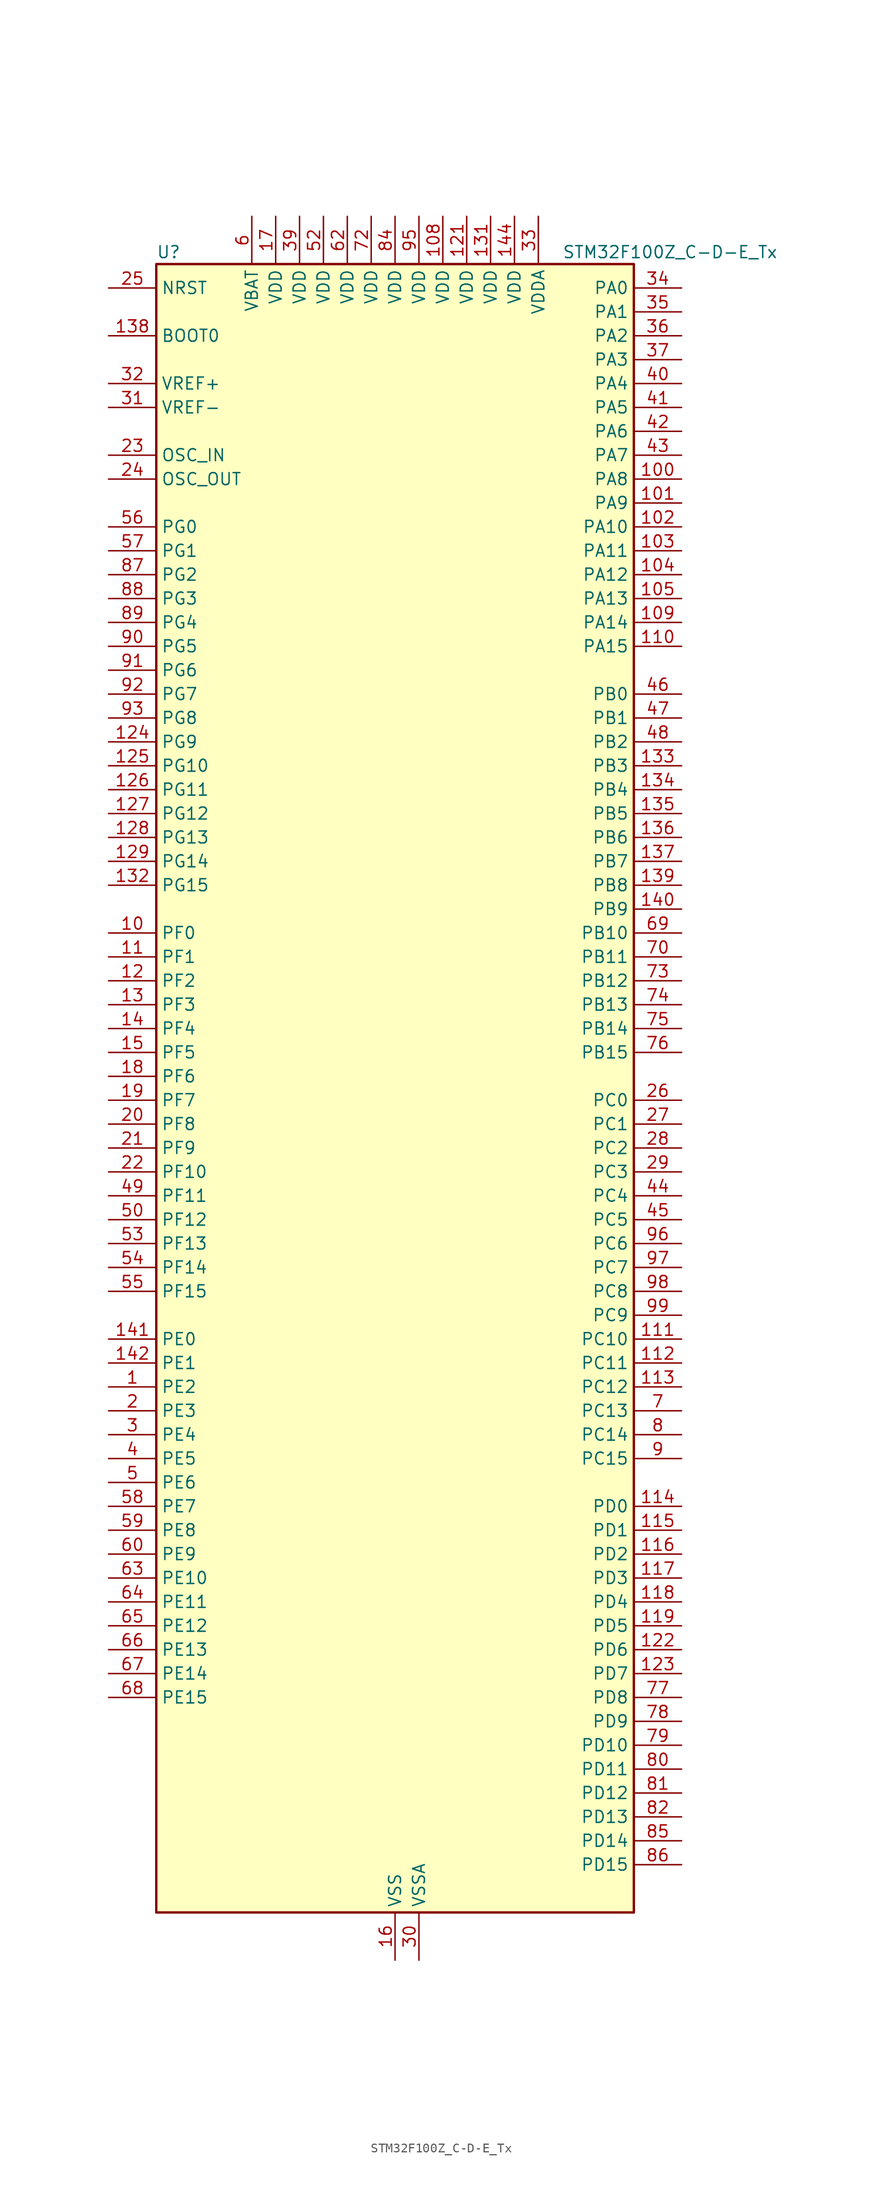
<source format=kicad_sym>
(kicad_symbol_lib
  (version 20220914)
  (generator kicad_symbol_editor)
  (symbol "STM32F100Z_C-D-E_Tx"
    (property "Reference" "U"
      (at -25.4 90.17 0)
      (effects (font (size 1.27 1.27)) (justify left)))
    (property "Value" "STM32F100Z_C-D-E_Tx"
      (at 17.78 90.17 0)
      (effects (font (size 1.27 1.27)) (justify left)))
    (property "ki_locked" ""
      (at 0 0 0)
      (effects (font (size 1.27 1.27))))
    (symbol "STM32F100Z_C-D-E_Tx_0_1"
      (rectangle (start -25.4 -86.36) (end 25.4 88.9) (stroke (width 0.254) (type default)) (fill (type background))))
    (symbol "STM32F100Z_C-D-E_Tx_1_1"
      (pin bidirectional line (at -30.48 -30.48 0) (length 5.08) (name "PE2" (effects (font (size 1.27 1.27)))) (number "1" (effects (font (size 1.27 1.27)))) (alternate "FSMC_A23" bidirectional line) (alternate "SYS_TRACECLK" bidirectional line))
      (pin bidirectional line (at -30.48 17.78 0) (length 5.08) (name "PF0" (effects (font (size 1.27 1.27)))) (number "10" (effects (font (size 1.27 1.27)))) (alternate "FSMC_A0" bidirectional line))
      (pin bidirectional line (at 30.48 66.04 180) (length 5.08) (name "PA8" (effects (font (size 1.27 1.27)))) (number "100" (effects (font (size 1.27 1.27)))) (alternate "RCC_MCO" bidirectional line) (alternate "TIM1_CH1" bidirectional line) (alternate "USART1_CK" bidirectional line))
      (pin bidirectional line (at 30.48 63.5 180) (length 5.08) (name "PA9" (effects (font (size 1.27 1.27)))) (number "101" (effects (font (size 1.27 1.27)))) (alternate "DAC_EXTI9" bidirectional line) (alternate "TIM15_BKIN" bidirectional line) (alternate "TIM1_CH2" bidirectional line) (alternate "USART1_TX" bidirectional line))
      (pin bidirectional line (at 30.48 60.96 180) (length 5.08) (name "PA10" (effects (font (size 1.27 1.27)))) (number "102" (effects (font (size 1.27 1.27)))) (alternate "TIM17_BKIN" bidirectional line) (alternate "TIM1_CH3" bidirectional line) (alternate "USART1_RX" bidirectional line))
      (pin bidirectional line (at 30.48 58.42 180) (length 5.08) (name "PA11" (effects (font (size 1.27 1.27)))) (number "103" (effects (font (size 1.27 1.27)))) (alternate "ADC1_EXTI11" bidirectional line) (alternate "TIM1_CH4" bidirectional line) (alternate "USART1_CTS" bidirectional line))
      (pin bidirectional line (at 30.48 55.88 180) (length 5.08) (name "PA12" (effects (font (size 1.27 1.27)))) (number "104" (effects (font (size 1.27 1.27)))) (alternate "TIM1_ETR" bidirectional line) (alternate "USART1_RTS" bidirectional line))
      (pin bidirectional line (at 30.48 53.34 180) (length 5.08) (name "PA13" (effects (font (size 1.27 1.27)))) (number "105" (effects (font (size 1.27 1.27)))) (alternate "SYS_JTMS-SWDIO" bidirectional line))
      (pin no_connect line (at -25.4 -86.36 0) (length 5.08) hide (name "NC" (effects (font (size 1.27 1.27)))) (number "106" (effects (font (size 1.27 1.27)))))
      (pin passive line (at 0 -91.44 90) (length 5.08) hide (name "VSS" (effects (font (size 1.27 1.27)))) (number "107" (effects (font (size 1.27 1.27)))))
      (pin power_in line (at 5.08 93.98 270) (length 5.08) (name "VDD" (effects (font (size 1.27 1.27)))) (number "108" (effects (font (size 1.27 1.27)))))
      (pin bidirectional line (at 30.48 50.8 180) (length 5.08) (name "PA14" (effects (font (size 1.27 1.27)))) (number "109" (effects (font (size 1.27 1.27)))) (alternate "SYS_JTCK-SWCLK" bidirectional line))
      (pin bidirectional line (at -30.48 15.24 0) (length 5.08) (name "PF1" (effects (font (size 1.27 1.27)))) (number "11" (effects (font (size 1.27 1.27)))) (alternate "FSMC_A1" bidirectional line))
      (pin bidirectional line (at 30.48 48.26 180) (length 5.08) (name "PA15" (effects (font (size 1.27 1.27)))) (number "110" (effects (font (size 1.27 1.27)))) (alternate "ADC1_EXTI15" bidirectional line) (alternate "SPI1_NSS" bidirectional line) (alternate "SPI3_NSS" bidirectional line) (alternate "SYS_JTDI" bidirectional line) (alternate "TIM2_CH1" bidirectional line) (alternate "TIM2_ETR" bidirectional line))
      (pin bidirectional line (at 30.48 -25.4 180) (length 5.08) (name "PC10" (effects (font (size 1.27 1.27)))) (number "111" (effects (font (size 1.27 1.27)))) (alternate "UART4_TX" bidirectional line) (alternate "USART3_TX" bidirectional line))
      (pin bidirectional line (at 30.48 -27.94 180) (length 5.08) (name "PC11" (effects (font (size 1.27 1.27)))) (number "112" (effects (font (size 1.27 1.27)))) (alternate "ADC1_EXTI11" bidirectional line) (alternate "UART4_RX" bidirectional line) (alternate "USART3_RX" bidirectional line))
      (pin bidirectional line (at 30.48 -30.48 180) (length 5.08) (name "PC12" (effects (font (size 1.27 1.27)))) (number "113" (effects (font (size 1.27 1.27)))) (alternate "UART5_TX" bidirectional line) (alternate "USART3_CK" bidirectional line))
      (pin bidirectional line (at 30.48 -43.18 180) (length 5.08) (name "PD0" (effects (font (size 1.27 1.27)))) (number "114" (effects (font (size 1.27 1.27)))) (alternate "FSMC_D2" bidirectional line) (alternate "FSMC_DA2" bidirectional line))
      (pin bidirectional line (at 30.48 -45.72 180) (length 5.08) (name "PD1" (effects (font (size 1.27 1.27)))) (number "115" (effects (font (size 1.27 1.27)))) (alternate "FSMC_D3" bidirectional line) (alternate "FSMC_DA3" bidirectional line))
      (pin bidirectional line (at 30.48 -48.26 180) (length 5.08) (name "PD2" (effects (font (size 1.27 1.27)))) (number "116" (effects (font (size 1.27 1.27)))) (alternate "TIM3_ETR" bidirectional line) (alternate "UART5_RX" bidirectional line))
      (pin bidirectional line (at 30.48 -50.8 180) (length 5.08) (name "PD3" (effects (font (size 1.27 1.27)))) (number "117" (effects (font (size 1.27 1.27)))) (alternate "FSMC_CLK" bidirectional line) (alternate "USART2_CTS" bidirectional line))
      (pin bidirectional line (at 30.48 -53.34 180) (length 5.08) (name "PD4" (effects (font (size 1.27 1.27)))) (number "118" (effects (font (size 1.27 1.27)))) (alternate "FSMC_NOE" bidirectional line) (alternate "USART2_RTS" bidirectional line))
      (pin bidirectional line (at 30.48 -55.88 180) (length 5.08) (name "PD5" (effects (font (size 1.27 1.27)))) (number "119" (effects (font (size 1.27 1.27)))) (alternate "FSMC_NWE" bidirectional line) (alternate "USART2_TX" bidirectional line))
      (pin bidirectional line (at -30.48 12.7 0) (length 5.08) (name "PF2" (effects (font (size 1.27 1.27)))) (number "12" (effects (font (size 1.27 1.27)))) (alternate "FSMC_A2" bidirectional line))
      (pin passive line (at 0 -91.44 90) (length 5.08) hide (name "VSS" (effects (font (size 1.27 1.27)))) (number "120" (effects (font (size 1.27 1.27)))))
      (pin power_in line (at 7.62 93.98 270) (length 5.08) (name "VDD" (effects (font (size 1.27 1.27)))) (number "121" (effects (font (size 1.27 1.27)))))
      (pin bidirectional line (at 30.48 -58.42 180) (length 5.08) (name "PD6" (effects (font (size 1.27 1.27)))) (number "122" (effects (font (size 1.27 1.27)))) (alternate "FSMC_NWAIT" bidirectional line) (alternate "USART2_RX" bidirectional line))
      (pin bidirectional line (at 30.48 -60.96 180) (length 5.08) (name "PD7" (effects (font (size 1.27 1.27)))) (number "123" (effects (font (size 1.27 1.27)))) (alternate "FSMC_NE1" bidirectional line) (alternate "USART2_CK" bidirectional line))
      (pin bidirectional line (at -30.48 38.1 0) (length 5.08) (name "PG9" (effects (font (size 1.27 1.27)))) (number "124" (effects (font (size 1.27 1.27)))) (alternate "DAC_EXTI9" bidirectional line) (alternate "FSMC_NE2" bidirectional line))
      (pin bidirectional line (at -30.48 35.56 0) (length 5.08) (name "PG10" (effects (font (size 1.27 1.27)))) (number "125" (effects (font (size 1.27 1.27)))) (alternate "FSMC_NE3" bidirectional line))
      (pin bidirectional line (at -30.48 33.02 0) (length 5.08) (name "PG11" (effects (font (size 1.27 1.27)))) (number "126" (effects (font (size 1.27 1.27)))) (alternate "ADC1_EXTI11" bidirectional line))
      (pin bidirectional line (at -30.48 30.48 0) (length 5.08) (name "PG12" (effects (font (size 1.27 1.27)))) (number "127" (effects (font (size 1.27 1.27)))) (alternate "FSMC_NE4" bidirectional line))
      (pin bidirectional line (at -30.48 27.94 0) (length 5.08) (name "PG13" (effects (font (size 1.27 1.27)))) (number "128" (effects (font (size 1.27 1.27)))) (alternate "FSMC_A24" bidirectional line))
      (pin bidirectional line (at -30.48 25.4 0) (length 5.08) (name "PG14" (effects (font (size 1.27 1.27)))) (number "129" (effects (font (size 1.27 1.27)))) (alternate "FSMC_A25" bidirectional line))
      (pin bidirectional line (at -30.48 10.16 0) (length 5.08) (name "PF3" (effects (font (size 1.27 1.27)))) (number "13" (effects (font (size 1.27 1.27)))) (alternate "FSMC_A3" bidirectional line))
      (pin passive line (at 0 -91.44 90) (length 5.08) hide (name "VSS" (effects (font (size 1.27 1.27)))) (number "130" (effects (font (size 1.27 1.27)))))
      (pin power_in line (at 10.16 93.98 270) (length 5.08) (name "VDD" (effects (font (size 1.27 1.27)))) (number "131" (effects (font (size 1.27 1.27)))))
      (pin bidirectional line (at -30.48 22.86 0) (length 5.08) (name "PG15" (effects (font (size 1.27 1.27)))) (number "132" (effects (font (size 1.27 1.27)))) (alternate "ADC1_EXTI15" bidirectional line))
      (pin bidirectional line (at 30.48 35.56 180) (length 5.08) (name "PB3" (effects (font (size 1.27 1.27)))) (number "133" (effects (font (size 1.27 1.27)))) (alternate "SPI1_SCK" bidirectional line) (alternate "SPI3_SCK" bidirectional line) (alternate "SYS_JTDO-TRACESWO" bidirectional line) (alternate "TIM2_CH2" bidirectional line))
      (pin bidirectional line (at 30.48 33.02 180) (length 5.08) (name "PB4" (effects (font (size 1.27 1.27)))) (number "134" (effects (font (size 1.27 1.27)))) (alternate "SPI1_MISO" bidirectional line) (alternate "SPI3_MISO" bidirectional line) (alternate "SYS_NJTRST" bidirectional line) (alternate "TIM3_CH1" bidirectional line))
      (pin bidirectional line (at 30.48 30.48 180) (length 5.08) (name "PB5" (effects (font (size 1.27 1.27)))) (number "135" (effects (font (size 1.27 1.27)))) (alternate "I2C1_SMBA" bidirectional line) (alternate "SPI1_MOSI" bidirectional line) (alternate "SPI3_MOSI" bidirectional line) (alternate "TIM16_BKIN" bidirectional line) (alternate "TIM3_CH2" bidirectional line))
      (pin bidirectional line (at 30.48 27.94 180) (length 5.08) (name "PB6" (effects (font (size 1.27 1.27)))) (number "136" (effects (font (size 1.27 1.27)))) (alternate "I2C1_SCL" bidirectional line) (alternate "TIM16_CH1N" bidirectional line) (alternate "TIM4_CH1" bidirectional line) (alternate "USART1_TX" bidirectional line))
      (pin bidirectional line (at 30.48 25.4 180) (length 5.08) (name "PB7" (effects (font (size 1.27 1.27)))) (number "137" (effects (font (size 1.27 1.27)))) (alternate "FSMC_NL" bidirectional line) (alternate "I2C1_SDA" bidirectional line) (alternate "TIM17_CH1N" bidirectional line) (alternate "TIM4_CH2" bidirectional line) (alternate "USART1_RX" bidirectional line))
      (pin input line (at -30.48 81.28 0) (length 5.08) (name "BOOT0" (effects (font (size 1.27 1.27)))) (number "138" (effects (font (size 1.27 1.27)))))
      (pin bidirectional line (at 30.48 22.86 180) (length 5.08) (name "PB8" (effects (font (size 1.27 1.27)))) (number "139" (effects (font (size 1.27 1.27)))) (alternate "CEC" bidirectional line) (alternate "I2C1_SCL" bidirectional line) (alternate "TIM16_CH1" bidirectional line) (alternate "TIM4_CH3" bidirectional line))
      (pin bidirectional line (at -30.48 7.62 0) (length 5.08) (name "PF4" (effects (font (size 1.27 1.27)))) (number "14" (effects (font (size 1.27 1.27)))) (alternate "FSMC_A4" bidirectional line))
      (pin bidirectional line (at 30.48 20.32 180) (length 5.08) (name "PB9" (effects (font (size 1.27 1.27)))) (number "140" (effects (font (size 1.27 1.27)))) (alternate "DAC_EXTI9" bidirectional line) (alternate "I2C1_SDA" bidirectional line) (alternate "TIM17_CH1" bidirectional line) (alternate "TIM4_CH4" bidirectional line))
      (pin bidirectional line (at -30.48 -25.4 0) (length 5.08) (name "PE0" (effects (font (size 1.27 1.27)))) (number "141" (effects (font (size 1.27 1.27)))) (alternate "FSMC_NBL0" bidirectional line) (alternate "TIM4_ETR" bidirectional line))
      (pin bidirectional line (at -30.48 -27.94 0) (length 5.08) (name "PE1" (effects (font (size 1.27 1.27)))) (number "142" (effects (font (size 1.27 1.27)))) (alternate "FSMC_NBL1" bidirectional line))
      (pin passive line (at 0 -91.44 90) (length 5.08) hide (name "VSS" (effects (font (size 1.27 1.27)))) (number "143" (effects (font (size 1.27 1.27)))))
      (pin power_in line (at 12.7 93.98 270) (length 5.08) (name "VDD" (effects (font (size 1.27 1.27)))) (number "144" (effects (font (size 1.27 1.27)))))
      (pin bidirectional line (at -30.48 5.08 0) (length 5.08) (name "PF5" (effects (font (size 1.27 1.27)))) (number "15" (effects (font (size 1.27 1.27)))) (alternate "FSMC_A5" bidirectional line))
      (pin power_in line (at 0 -91.44 90) (length 5.08) (name "VSS" (effects (font (size 1.27 1.27)))) (number "16" (effects (font (size 1.27 1.27)))))
      (pin power_in line (at -12.7 93.98 270) (length 5.08) (name "VDD" (effects (font (size 1.27 1.27)))) (number "17" (effects (font (size 1.27 1.27)))))
      (pin bidirectional line (at -30.48 2.54 0) (length 5.08) (name "PF6" (effects (font (size 1.27 1.27)))) (number "18" (effects (font (size 1.27 1.27)))))
      (pin bidirectional line (at -30.48 0 0) (length 5.08) (name "PF7" (effects (font (size 1.27 1.27)))) (number "19" (effects (font (size 1.27 1.27)))))
      (pin bidirectional line (at -30.48 -33.02 0) (length 5.08) (name "PE3" (effects (font (size 1.27 1.27)))) (number "2" (effects (font (size 1.27 1.27)))) (alternate "FSMC_A19" bidirectional line) (alternate "SYS_TRACED0" bidirectional line))
      (pin bidirectional line (at -30.48 -2.54 0) (length 5.08) (name "PF8" (effects (font (size 1.27 1.27)))) (number "20" (effects (font (size 1.27 1.27)))))
      (pin bidirectional line (at -30.48 -5.08 0) (length 5.08) (name "PF9" (effects (font (size 1.27 1.27)))) (number "21" (effects (font (size 1.27 1.27)))) (alternate "DAC_EXTI9" bidirectional line))
      (pin bidirectional line (at -30.48 -7.62 0) (length 5.08) (name "PF10" (effects (font (size 1.27 1.27)))) (number "22" (effects (font (size 1.27 1.27)))))
      (pin input line (at -30.48 68.58 0) (length 5.08) (name "OSC_IN" (effects (font (size 1.27 1.27)))) (number "23" (effects (font (size 1.27 1.27)))) (alternate "RCC_OSC_IN" bidirectional line))
      (pin input line (at -30.48 66.04 0) (length 5.08) (name "OSC_OUT" (effects (font (size 1.27 1.27)))) (number "24" (effects (font (size 1.27 1.27)))) (alternate "RCC_OSC_OUT" bidirectional line))
      (pin input line (at -30.48 86.36 0) (length 5.08) (name "NRST" (effects (font (size 1.27 1.27)))) (number "25" (effects (font (size 1.27 1.27)))))
      (pin bidirectional line (at 30.48 0 180) (length 5.08) (name "PC0" (effects (font (size 1.27 1.27)))) (number "26" (effects (font (size 1.27 1.27)))) (alternate "ADC1_IN10" bidirectional line))
      (pin bidirectional line (at 30.48 -2.54 180) (length 5.08) (name "PC1" (effects (font (size 1.27 1.27)))) (number "27" (effects (font (size 1.27 1.27)))) (alternate "ADC1_IN11" bidirectional line))
      (pin bidirectional line (at 30.48 -5.08 180) (length 5.08) (name "PC2" (effects (font (size 1.27 1.27)))) (number "28" (effects (font (size 1.27 1.27)))) (alternate "ADC1_IN12" bidirectional line))
      (pin bidirectional line (at 30.48 -7.62 180) (length 5.08) (name "PC3" (effects (font (size 1.27 1.27)))) (number "29" (effects (font (size 1.27 1.27)))) (alternate "ADC1_IN13" bidirectional line))
      (pin bidirectional line (at -30.48 -35.56 0) (length 5.08) (name "PE4" (effects (font (size 1.27 1.27)))) (number "3" (effects (font (size 1.27 1.27)))) (alternate "FSMC_A20" bidirectional line) (alternate "SYS_TRACED1" bidirectional line))
      (pin power_in line (at 2.54 -91.44 90) (length 5.08) (name "VSSA" (effects (font (size 1.27 1.27)))) (number "30" (effects (font (size 1.27 1.27)))))
      (pin input line (at -30.48 73.66 0) (length 5.08) (name "VREF-" (effects (font (size 1.27 1.27)))) (number "31" (effects (font (size 1.27 1.27)))))
      (pin input line (at -30.48 76.2 0) (length 5.08) (name "VREF+" (effects (font (size 1.27 1.27)))) (number "32" (effects (font (size 1.27 1.27)))))
      (pin power_in line (at 15.24 93.98 270) (length 5.08) (name "VDDA" (effects (font (size 1.27 1.27)))) (number "33" (effects (font (size 1.27 1.27)))))
      (pin bidirectional line (at 30.48 86.36 180) (length 5.08) (name "PA0" (effects (font (size 1.27 1.27)))) (number "34" (effects (font (size 1.27 1.27)))) (alternate "ADC1_IN0" bidirectional line) (alternate "SYS_WKUP" bidirectional line) (alternate "TIM2_CH1" bidirectional line) (alternate "TIM2_ETR" bidirectional line) (alternate "TIM5_CH1" bidirectional line) (alternate "USART2_CTS" bidirectional line))
      (pin bidirectional line (at 30.48 83.82 180) (length 5.08) (name "PA1" (effects (font (size 1.27 1.27)))) (number "35" (effects (font (size 1.27 1.27)))) (alternate "ADC1_IN1" bidirectional line) (alternate "TIM2_CH2" bidirectional line) (alternate "TIM5_CH2" bidirectional line) (alternate "USART2_RTS" bidirectional line))
      (pin bidirectional line (at 30.48 81.28 180) (length 5.08) (name "PA2" (effects (font (size 1.27 1.27)))) (number "36" (effects (font (size 1.27 1.27)))) (alternate "ADC1_IN2" bidirectional line) (alternate "TIM15_CH1" bidirectional line) (alternate "TIM2_CH3" bidirectional line) (alternate "TIM5_CH3" bidirectional line) (alternate "USART2_TX" bidirectional line))
      (pin bidirectional line (at 30.48 78.74 180) (length 5.08) (name "PA3" (effects (font (size 1.27 1.27)))) (number "37" (effects (font (size 1.27 1.27)))) (alternate "ADC1_IN3" bidirectional line) (alternate "TIM15_CH2" bidirectional line) (alternate "TIM2_CH4" bidirectional line) (alternate "TIM5_CH4" bidirectional line) (alternate "USART2_RX" bidirectional line))
      (pin passive line (at 0 -91.44 90) (length 5.08) hide (name "VSS" (effects (font (size 1.27 1.27)))) (number "38" (effects (font (size 1.27 1.27)))))
      (pin power_in line (at -10.16 93.98 270) (length 5.08) (name "VDD" (effects (font (size 1.27 1.27)))) (number "39" (effects (font (size 1.27 1.27)))))
      (pin bidirectional line (at -30.48 -38.1 0) (length 5.08) (name "PE5" (effects (font (size 1.27 1.27)))) (number "4" (effects (font (size 1.27 1.27)))) (alternate "FSMC_A21" bidirectional line) (alternate "SYS_TRACED2" bidirectional line))
      (pin bidirectional line (at 30.48 76.2 180) (length 5.08) (name "PA4" (effects (font (size 1.27 1.27)))) (number "40" (effects (font (size 1.27 1.27)))) (alternate "ADC1_IN4" bidirectional line) (alternate "DAC_OUT1" bidirectional line) (alternate "SPI1_NSS" bidirectional line) (alternate "USART2_CK" bidirectional line))
      (pin bidirectional line (at 30.48 73.66 180) (length 5.08) (name "PA5" (effects (font (size 1.27 1.27)))) (number "41" (effects (font (size 1.27 1.27)))) (alternate "ADC1_IN5" bidirectional line) (alternate "DAC_OUT2" bidirectional line) (alternate "SPI1_SCK" bidirectional line))
      (pin bidirectional line (at 30.48 71.12 180) (length 5.08) (name "PA6" (effects (font (size 1.27 1.27)))) (number "42" (effects (font (size 1.27 1.27)))) (alternate "ADC1_IN6" bidirectional line) (alternate "SPI1_MISO" bidirectional line) (alternate "TIM16_CH1" bidirectional line) (alternate "TIM1_BKIN" bidirectional line) (alternate "TIM3_CH1" bidirectional line))
      (pin bidirectional line (at 30.48 68.58 180) (length 5.08) (name "PA7" (effects (font (size 1.27 1.27)))) (number "43" (effects (font (size 1.27 1.27)))) (alternate "ADC1_IN7" bidirectional line) (alternate "SPI1_MOSI" bidirectional line) (alternate "TIM17_CH1" bidirectional line) (alternate "TIM1_CH1N" bidirectional line) (alternate "TIM3_CH2" bidirectional line))
      (pin bidirectional line (at 30.48 -10.16 180) (length 5.08) (name "PC4" (effects (font (size 1.27 1.27)))) (number "44" (effects (font (size 1.27 1.27)))) (alternate "ADC1_IN14" bidirectional line) (alternate "TIM12_CH1" bidirectional line))
      (pin bidirectional line (at 30.48 -12.7 180) (length 5.08) (name "PC5" (effects (font (size 1.27 1.27)))) (number "45" (effects (font (size 1.27 1.27)))) (alternate "ADC1_IN15" bidirectional line) (alternate "TIM12_CH2" bidirectional line))
      (pin bidirectional line (at 30.48 43.18 180) (length 5.08) (name "PB0" (effects (font (size 1.27 1.27)))) (number "46" (effects (font (size 1.27 1.27)))) (alternate "ADC1_IN8" bidirectional line) (alternate "TIM13_CH1" bidirectional line) (alternate "TIM1_CH2N" bidirectional line) (alternate "TIM3_CH3" bidirectional line))
      (pin bidirectional line (at 30.48 40.64 180) (length 5.08) (name "PB1" (effects (font (size 1.27 1.27)))) (number "47" (effects (font (size 1.27 1.27)))) (alternate "ADC1_IN9" bidirectional line) (alternate "TIM14_CH1" bidirectional line) (alternate "TIM1_CH3N" bidirectional line) (alternate "TIM3_CH4" bidirectional line))
      (pin bidirectional line (at 30.48 38.1 180) (length 5.08) (name "PB2" (effects (font (size 1.27 1.27)))) (number "48" (effects (font (size 1.27 1.27)))))
      (pin bidirectional line (at -30.48 -10.16 0) (length 5.08) (name "PF11" (effects (font (size 1.27 1.27)))) (number "49" (effects (font (size 1.27 1.27)))) (alternate "ADC1_EXTI11" bidirectional line))
      (pin bidirectional line (at -30.48 -40.64 0) (length 5.08) (name "PE6" (effects (font (size 1.27 1.27)))) (number "5" (effects (font (size 1.27 1.27)))) (alternate "FSMC_A22" bidirectional line) (alternate "SYS_TRACED3" bidirectional line))
      (pin bidirectional line (at -30.48 -12.7 0) (length 5.08) (name "PF12" (effects (font (size 1.27 1.27)))) (number "50" (effects (font (size 1.27 1.27)))) (alternate "FSMC_A6" bidirectional line))
      (pin passive line (at 0 -91.44 90) (length 5.08) hide (name "VSS" (effects (font (size 1.27 1.27)))) (number "51" (effects (font (size 1.27 1.27)))))
      (pin power_in line (at -7.62 93.98 270) (length 5.08) (name "VDD" (effects (font (size 1.27 1.27)))) (number "52" (effects (font (size 1.27 1.27)))))
      (pin bidirectional line (at -30.48 -15.24 0) (length 5.08) (name "PF13" (effects (font (size 1.27 1.27)))) (number "53" (effects (font (size 1.27 1.27)))) (alternate "FSMC_A7" bidirectional line))
      (pin bidirectional line (at -30.48 -17.78 0) (length 5.08) (name "PF14" (effects (font (size 1.27 1.27)))) (number "54" (effects (font (size 1.27 1.27)))) (alternate "FSMC_A8" bidirectional line))
      (pin bidirectional line (at -30.48 -20.32 0) (length 5.08) (name "PF15" (effects (font (size 1.27 1.27)))) (number "55" (effects (font (size 1.27 1.27)))) (alternate "ADC1_EXTI15" bidirectional line) (alternate "FSMC_A9" bidirectional line))
      (pin bidirectional line (at -30.48 60.96 0) (length 5.08) (name "PG0" (effects (font (size 1.27 1.27)))) (number "56" (effects (font (size 1.27 1.27)))) (alternate "FSMC_A10" bidirectional line))
      (pin bidirectional line (at -30.48 58.42 0) (length 5.08) (name "PG1" (effects (font (size 1.27 1.27)))) (number "57" (effects (font (size 1.27 1.27)))) (alternate "FSMC_A11" bidirectional line))
      (pin bidirectional line (at -30.48 -43.18 0) (length 5.08) (name "PE7" (effects (font (size 1.27 1.27)))) (number "58" (effects (font (size 1.27 1.27)))) (alternate "FSMC_D4" bidirectional line) (alternate "FSMC_DA4" bidirectional line) (alternate "TIM1_ETR" bidirectional line))
      (pin bidirectional line (at -30.48 -45.72 0) (length 5.08) (name "PE8" (effects (font (size 1.27 1.27)))) (number "59" (effects (font (size 1.27 1.27)))) (alternate "FSMC_D5" bidirectional line) (alternate "FSMC_DA5" bidirectional line) (alternate "TIM1_CH1N" bidirectional line))
      (pin power_in line (at -15.24 93.98 270) (length 5.08) (name "VBAT" (effects (font (size 1.27 1.27)))) (number "6" (effects (font (size 1.27 1.27)))))
      (pin bidirectional line (at -30.48 -48.26 0) (length 5.08) (name "PE9" (effects (font (size 1.27 1.27)))) (number "60" (effects (font (size 1.27 1.27)))) (alternate "DAC_EXTI9" bidirectional line) (alternate "FSMC_D6" bidirectional line) (alternate "FSMC_DA6" bidirectional line) (alternate "TIM1_CH1" bidirectional line))
      (pin passive line (at 0 -91.44 90) (length 5.08) hide (name "VSS" (effects (font (size 1.27 1.27)))) (number "61" (effects (font (size 1.27 1.27)))))
      (pin power_in line (at -5.08 93.98 270) (length 5.08) (name "VDD" (effects (font (size 1.27 1.27)))) (number "62" (effects (font (size 1.27 1.27)))))
      (pin bidirectional line (at -30.48 -50.8 0) (length 5.08) (name "PE10" (effects (font (size 1.27 1.27)))) (number "63" (effects (font (size 1.27 1.27)))) (alternate "FSMC_D7" bidirectional line) (alternate "FSMC_DA7" bidirectional line) (alternate "TIM1_CH2N" bidirectional line))
      (pin bidirectional line (at -30.48 -53.34 0) (length 5.08) (name "PE11" (effects (font (size 1.27 1.27)))) (number "64" (effects (font (size 1.27 1.27)))) (alternate "ADC1_EXTI11" bidirectional line) (alternate "FSMC_D8" bidirectional line) (alternate "FSMC_DA8" bidirectional line) (alternate "TIM1_CH2" bidirectional line))
      (pin bidirectional line (at -30.48 -55.88 0) (length 5.08) (name "PE12" (effects (font (size 1.27 1.27)))) (number "65" (effects (font (size 1.27 1.27)))) (alternate "FSMC_D9" bidirectional line) (alternate "FSMC_DA9" bidirectional line) (alternate "TIM1_CH3N" bidirectional line))
      (pin bidirectional line (at -30.48 -58.42 0) (length 5.08) (name "PE13" (effects (font (size 1.27 1.27)))) (number "66" (effects (font (size 1.27 1.27)))) (alternate "FSMC_D10" bidirectional line) (alternate "FSMC_DA10" bidirectional line) (alternate "TIM1_CH3" bidirectional line))
      (pin bidirectional line (at -30.48 -60.96 0) (length 5.08) (name "PE14" (effects (font (size 1.27 1.27)))) (number "67" (effects (font (size 1.27 1.27)))) (alternate "FSMC_D11" bidirectional line) (alternate "FSMC_DA11" bidirectional line) (alternate "TIM1_CH4" bidirectional line))
      (pin bidirectional line (at -30.48 -63.5 0) (length 5.08) (name "PE15" (effects (font (size 1.27 1.27)))) (number "68" (effects (font (size 1.27 1.27)))) (alternate "ADC1_EXTI15" bidirectional line) (alternate "FSMC_D12" bidirectional line) (alternate "FSMC_DA12" bidirectional line) (alternate "TIM1_BKIN" bidirectional line))
      (pin bidirectional line (at 30.48 17.78 180) (length 5.08) (name "PB10" (effects (font (size 1.27 1.27)))) (number "69" (effects (font (size 1.27 1.27)))) (alternate "CEC" bidirectional line) (alternate "I2C2_SCL" bidirectional line) (alternate "TIM2_CH3" bidirectional line) (alternate "USART3_TX" bidirectional line))
      (pin bidirectional line (at 30.48 -33.02 180) (length 5.08) (name "PC13" (effects (font (size 1.27 1.27)))) (number "7" (effects (font (size 1.27 1.27)))) (alternate "RTC_OUT" bidirectional line) (alternate "RTC_TAMPER" bidirectional line))
      (pin bidirectional line (at 30.48 15.24 180) (length 5.08) (name "PB11" (effects (font (size 1.27 1.27)))) (number "70" (effects (font (size 1.27 1.27)))) (alternate "ADC1_EXTI11" bidirectional line) (alternate "I2C2_SDA" bidirectional line) (alternate "TIM2_CH4" bidirectional line) (alternate "USART3_RX" bidirectional line))
      (pin passive line (at 0 -91.44 90) (length 5.08) hide (name "VSS" (effects (font (size 1.27 1.27)))) (number "71" (effects (font (size 1.27 1.27)))))
      (pin power_in line (at -2.54 93.98 270) (length 5.08) (name "VDD" (effects (font (size 1.27 1.27)))) (number "72" (effects (font (size 1.27 1.27)))))
      (pin bidirectional line (at 30.48 12.7 180) (length 5.08) (name "PB12" (effects (font (size 1.27 1.27)))) (number "73" (effects (font (size 1.27 1.27)))) (alternate "I2C2_SMBA" bidirectional line) (alternate "SPI2_NSS" bidirectional line) (alternate "TIM12_CH1" bidirectional line) (alternate "TIM1_BKIN" bidirectional line) (alternate "USART3_CK" bidirectional line))
      (pin bidirectional line (at 30.48 10.16 180) (length 5.08) (name "PB13" (effects (font (size 1.27 1.27)))) (number "74" (effects (font (size 1.27 1.27)))) (alternate "SPI2_SCK" bidirectional line) (alternate "TIM12_CH2" bidirectional line) (alternate "TIM1_CH1N" bidirectional line) (alternate "USART3_CTS" bidirectional line))
      (pin bidirectional line (at 30.48 7.62 180) (length 5.08) (name "PB14" (effects (font (size 1.27 1.27)))) (number "75" (effects (font (size 1.27 1.27)))) (alternate "SPI2_MISO" bidirectional line) (alternate "TIM15_CH1" bidirectional line) (alternate "TIM1_CH2N" bidirectional line) (alternate "USART3_RTS" bidirectional line))
      (pin bidirectional line (at 30.48 5.08 180) (length 5.08) (name "PB15" (effects (font (size 1.27 1.27)))) (number "76" (effects (font (size 1.27 1.27)))) (alternate "ADC1_EXTI15" bidirectional line) (alternate "SPI2_MOSI" bidirectional line) (alternate "TIM15_CH1N" bidirectional line) (alternate "TIM15_CH2" bidirectional line) (alternate "TIM1_CH3N" bidirectional line))
      (pin bidirectional line (at 30.48 -63.5 180) (length 5.08) (name "PD8" (effects (font (size 1.27 1.27)))) (number "77" (effects (font (size 1.27 1.27)))) (alternate "FSMC_D13" bidirectional line) (alternate "FSMC_DA13" bidirectional line) (alternate "USART3_TX" bidirectional line))
      (pin bidirectional line (at 30.48 -66.04 180) (length 5.08) (name "PD9" (effects (font (size 1.27 1.27)))) (number "78" (effects (font (size 1.27 1.27)))) (alternate "DAC_EXTI9" bidirectional line) (alternate "FSMC_D14" bidirectional line) (alternate "FSMC_DA14" bidirectional line) (alternate "USART3_RX" bidirectional line))
      (pin bidirectional line (at 30.48 -68.58 180) (length 5.08) (name "PD10" (effects (font (size 1.27 1.27)))) (number "79" (effects (font (size 1.27 1.27)))) (alternate "FSMC_D15" bidirectional line) (alternate "FSMC_DA15" bidirectional line) (alternate "USART3_CK" bidirectional line))
      (pin bidirectional line (at 30.48 -35.56 180) (length 5.08) (name "PC14" (effects (font (size 1.27 1.27)))) (number "8" (effects (font (size 1.27 1.27)))) (alternate "RCC_OSC32_IN" bidirectional line))
      (pin bidirectional line (at 30.48 -71.12 180) (length 5.08) (name "PD11" (effects (font (size 1.27 1.27)))) (number "80" (effects (font (size 1.27 1.27)))) (alternate "ADC1_EXTI11" bidirectional line) (alternate "FSMC_A16" bidirectional line) (alternate "USART3_CTS" bidirectional line))
      (pin bidirectional line (at 30.48 -73.66 180) (length 5.08) (name "PD12" (effects (font (size 1.27 1.27)))) (number "81" (effects (font (size 1.27 1.27)))) (alternate "FSMC_A17" bidirectional line) (alternate "TIM4_CH1" bidirectional line) (alternate "USART3_RTS" bidirectional line))
      (pin bidirectional line (at 30.48 -76.2 180) (length 5.08) (name "PD13" (effects (font (size 1.27 1.27)))) (number "82" (effects (font (size 1.27 1.27)))) (alternate "FSMC_A18" bidirectional line) (alternate "TIM4_CH2" bidirectional line))
      (pin passive line (at 0 -91.44 90) (length 5.08) hide (name "VSS" (effects (font (size 1.27 1.27)))) (number "83" (effects (font (size 1.27 1.27)))))
      (pin power_in line (at 0 93.98 270) (length 5.08) (name "VDD" (effects (font (size 1.27 1.27)))) (number "84" (effects (font (size 1.27 1.27)))))
      (pin bidirectional line (at 30.48 -78.74 180) (length 5.08) (name "PD14" (effects (font (size 1.27 1.27)))) (number "85" (effects (font (size 1.27 1.27)))) (alternate "FSMC_D0" bidirectional line) (alternate "FSMC_DA0" bidirectional line) (alternate "TIM4_CH3" bidirectional line))
      (pin bidirectional line (at 30.48 -81.28 180) (length 5.08) (name "PD15" (effects (font (size 1.27 1.27)))) (number "86" (effects (font (size 1.27 1.27)))) (alternate "ADC1_EXTI15" bidirectional line) (alternate "FSMC_D1" bidirectional line) (alternate "FSMC_DA1" bidirectional line) (alternate "TIM4_CH4" bidirectional line))
      (pin bidirectional line (at -30.48 55.88 0) (length 5.08) (name "PG2" (effects (font (size 1.27 1.27)))) (number "87" (effects (font (size 1.27 1.27)))) (alternate "FSMC_A12" bidirectional line))
      (pin bidirectional line (at -30.48 53.34 0) (length 5.08) (name "PG3" (effects (font (size 1.27 1.27)))) (number "88" (effects (font (size 1.27 1.27)))) (alternate "FSMC_A13" bidirectional line))
      (pin bidirectional line (at -30.48 50.8 0) (length 5.08) (name "PG4" (effects (font (size 1.27 1.27)))) (number "89" (effects (font (size 1.27 1.27)))) (alternate "FSMC_A14" bidirectional line))
      (pin bidirectional line (at 30.48 -38.1 180) (length 5.08) (name "PC15" (effects (font (size 1.27 1.27)))) (number "9" (effects (font (size 1.27 1.27)))) (alternate "ADC1_EXTI15" bidirectional line) (alternate "RCC_OSC32_OUT" bidirectional line))
      (pin bidirectional line (at -30.48 48.26 0) (length 5.08) (name "PG5" (effects (font (size 1.27 1.27)))) (number "90" (effects (font (size 1.27 1.27)))) (alternate "FSMC_A15" bidirectional line))
      (pin bidirectional line (at -30.48 45.72 0) (length 5.08) (name "PG6" (effects (font (size 1.27 1.27)))) (number "91" (effects (font (size 1.27 1.27)))))
      (pin bidirectional line (at -30.48 43.18 0) (length 5.08) (name "PG7" (effects (font (size 1.27 1.27)))) (number "92" (effects (font (size 1.27 1.27)))))
      (pin bidirectional line (at -30.48 40.64 0) (length 5.08) (name "PG8" (effects (font (size 1.27 1.27)))) (number "93" (effects (font (size 1.27 1.27)))))
      (pin passive line (at 0 -91.44 90) (length 5.08) hide (name "VSS" (effects (font (size 1.27 1.27)))) (number "94" (effects (font (size 1.27 1.27)))))
      (pin power_in line (at 2.54 93.98 270) (length 5.08) (name "VDD" (effects (font (size 1.27 1.27)))) (number "95" (effects (font (size 1.27 1.27)))))
      (pin bidirectional line (at 30.48 -15.24 180) (length 5.08) (name "PC6" (effects (font (size 1.27 1.27)))) (number "96" (effects (font (size 1.27 1.27)))) (alternate "TIM3_CH1" bidirectional line))
      (pin bidirectional line (at 30.48 -17.78 180) (length 5.08) (name "PC7" (effects (font (size 1.27 1.27)))) (number "97" (effects (font (size 1.27 1.27)))) (alternate "TIM3_CH2" bidirectional line))
      (pin bidirectional line (at 30.48 -20.32 180) (length 5.08) (name "PC8" (effects (font (size 1.27 1.27)))) (number "98" (effects (font (size 1.27 1.27)))) (alternate "TIM13_CH1" bidirectional line) (alternate "TIM3_CH3" bidirectional line))
      (pin bidirectional line (at 30.48 -22.86 180) (length 5.08) (name "PC9" (effects (font (size 1.27 1.27)))) (number "99" (effects (font (size 1.27 1.27)))) (alternate "DAC_EXTI9" bidirectional line) (alternate "TIM14_CH1" bidirectional line) (alternate "TIM3_CH4" bidirectional line)))))
</source>
